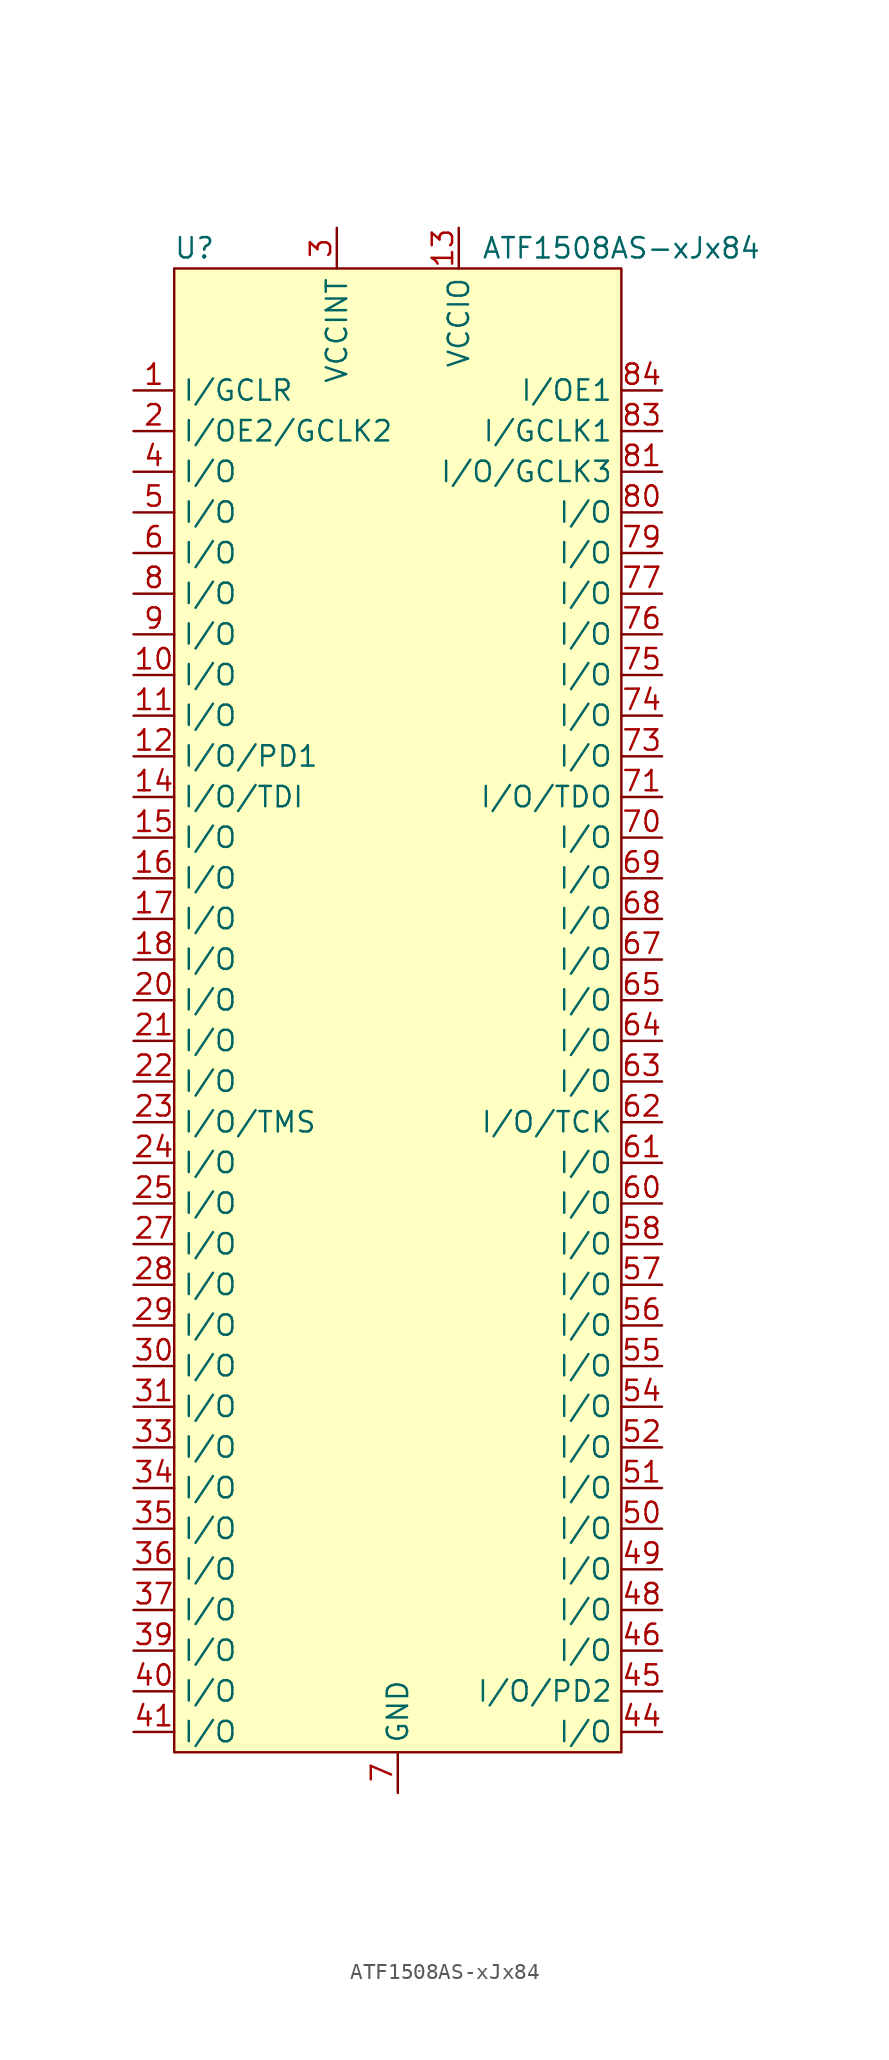
<source format=kicad_sym>
(kicad_symbol_lib
  (version 20211014)
  (generator kicad_symbol_editor)
  (symbol "ATF1508AS-xJx84"
    (property "Reference" "U"
      (at -12.7 52.07 0)
      (effects (font (size 1.27 1.27))))
    (property "Value" "ATF1508AS-xJx84"
      (at 13.97 52.07 0)
      (effects (font (size 1.27 1.27))))
    (symbol "ATF1508AS-xJx84_0_1"
      (rectangle (start -13.97 50.8) (end 13.97 -41.91) (stroke (width 0.152) (type default) (color 0 0 0 0)) (fill (type background))))
    (symbol "ATF1508AS-xJx84_1_1"
      (pin input line (at -16.51 43.18 0) (length 2.54) (name "I/GCLR" (effects (font (size 1.27 1.27)))) (number "1" (effects (font (size 1.27 1.27)))))
      (pin bidirectional line (at -16.51 25.4 0) (length 2.54) (name "I/O" (effects (font (size 1.27 1.27)))) (number "10" (effects (font (size 1.27 1.27)))))
      (pin bidirectional line (at -16.51 22.86 0) (length 2.54) (name "I/O" (effects (font (size 1.27 1.27)))) (number "11" (effects (font (size 1.27 1.27)))))
      (pin bidirectional line (at -16.51 20.32 0) (length 2.54) (name "I/O/PD1" (effects (font (size 1.27 1.27)))) (number "12" (effects (font (size 1.27 1.27)))))
      (pin power_in line (at 3.81 53.34 270) (length 2.54) (name "VCCIO" (effects (font (size 1.27 1.27)))) (number "13" (effects (font (size 1.27 1.27)))))
      (pin bidirectional line (at -16.51 17.78 0) (length 2.54) (name "I/O/TDI" (effects (font (size 1.27 1.27)))) (number "14" (effects (font (size 1.27 1.27)))))
      (pin bidirectional line (at -16.51 15.24 0) (length 2.54) (name "I/O" (effects (font (size 1.27 1.27)))) (number "15" (effects (font (size 1.27 1.27)))))
      (pin bidirectional line (at -16.51 12.7 0) (length 2.54) (name "I/O" (effects (font (size 1.27 1.27)))) (number "16" (effects (font (size 1.27 1.27)))))
      (pin bidirectional line (at -16.51 10.16 0) (length 2.54) (name "I/O" (effects (font (size 1.27 1.27)))) (number "17" (effects (font (size 1.27 1.27)))))
      (pin bidirectional line (at -16.51 7.62 0) (length 2.54) (name "I/O" (effects (font (size 1.27 1.27)))) (number "18" (effects (font (size 1.27 1.27)))))
      (pin power_in line (at 0 -44.45 90) (length 2.54) hide (name "GND" (effects (font (size 1.27 1.27)))) (number "19" (effects (font (size 1.27 1.27)))))
      (pin input line (at -16.51 40.64 0) (length 2.54) (name "I/OE2/GCLK2" (effects (font (size 1.27 1.27)))) (number "2" (effects (font (size 1.27 1.27)))))
      (pin bidirectional line (at -16.51 5.08 0) (length 2.54) (name "I/O" (effects (font (size 1.27 1.27)))) (number "20" (effects (font (size 1.27 1.27)))))
      (pin bidirectional line (at -16.51 2.54 0) (length 2.54) (name "I/O" (effects (font (size 1.27 1.27)))) (number "21" (effects (font (size 1.27 1.27)))))
      (pin bidirectional line (at -16.51 0 0) (length 2.54) (name "I/O" (effects (font (size 1.27 1.27)))) (number "22" (effects (font (size 1.27 1.27)))))
      (pin bidirectional line (at -16.51 -2.54 0) (length 2.54) (name "I/O/TMS" (effects (font (size 1.27 1.27)))) (number "23" (effects (font (size 1.27 1.27)))))
      (pin bidirectional line (at -16.51 -5.08 0) (length 2.54) (name "I/O" (effects (font (size 1.27 1.27)))) (number "24" (effects (font (size 1.27 1.27)))))
      (pin bidirectional line (at -16.51 -7.62 0) (length 2.54) (name "I/O" (effects (font (size 1.27 1.27)))) (number "25" (effects (font (size 1.27 1.27)))))
      (pin power_in line (at 3.81 53.34 270) (length 2.54) hide (name "VCCIO" (effects (font (size 1.27 1.27)))) (number "26" (effects (font (size 1.27 1.27)))))
      (pin bidirectional line (at -16.51 -10.16 0) (length 2.54) (name "I/O" (effects (font (size 1.27 1.27)))) (number "27" (effects (font (size 1.27 1.27)))))
      (pin bidirectional line (at -16.51 -12.7 0) (length 2.54) (name "I/O" (effects (font (size 1.27 1.27)))) (number "28" (effects (font (size 1.27 1.27)))))
      (pin bidirectional line (at -16.51 -15.24 0) (length 2.54) (name "I/O" (effects (font (size 1.27 1.27)))) (number "29" (effects (font (size 1.27 1.27)))))
      (pin power_in line (at -3.81 53.34 270) (length 2.54) (name "VCCINT" (effects (font (size 1.27 1.27)))) (number "3" (effects (font (size 1.27 1.27)))))
      (pin bidirectional line (at -16.51 -17.78 0) (length 2.54) (name "I/O" (effects (font (size 1.27 1.27)))) (number "30" (effects (font (size 1.27 1.27)))))
      (pin bidirectional line (at -16.51 -20.32 0) (length 2.54) (name "I/O" (effects (font (size 1.27 1.27)))) (number "31" (effects (font (size 1.27 1.27)))))
      (pin power_in line (at 0 -44.45 90) (length 2.54) hide (name "GND" (effects (font (size 1.27 1.27)))) (number "32" (effects (font (size 1.27 1.27)))))
      (pin bidirectional line (at -16.51 -22.86 0) (length 2.54) (name "I/O" (effects (font (size 1.27 1.27)))) (number "33" (effects (font (size 1.27 1.27)))))
      (pin bidirectional line (at -16.51 -25.4 0) (length 2.54) (name "I/O" (effects (font (size 1.27 1.27)))) (number "34" (effects (font (size 1.27 1.27)))))
      (pin bidirectional line (at -16.51 -27.94 0) (length 2.54) (name "I/O" (effects (font (size 1.27 1.27)))) (number "35" (effects (font (size 1.27 1.27)))))
      (pin bidirectional line (at -16.51 -30.48 0) (length 2.54) (name "I/O" (effects (font (size 1.27 1.27)))) (number "36" (effects (font (size 1.27 1.27)))))
      (pin bidirectional line (at -16.51 -33.02 0) (length 2.54) (name "I/O" (effects (font (size 1.27 1.27)))) (number "37" (effects (font (size 1.27 1.27)))))
      (pin power_in line (at 3.81 53.34 270) (length 2.54) hide (name "VCCIO" (effects (font (size 1.27 1.27)))) (number "38" (effects (font (size 1.27 1.27)))))
      (pin bidirectional line (at -16.51 -35.56 0) (length 2.54) (name "I/O" (effects (font (size 1.27 1.27)))) (number "39" (effects (font (size 1.27 1.27)))))
      (pin bidirectional line (at -16.51 38.1 0) (length 2.54) (name "I/O" (effects (font (size 1.27 1.27)))) (number "4" (effects (font (size 1.27 1.27)))))
      (pin bidirectional line (at -16.51 -38.1 0) (length 2.54) (name "I/O" (effects (font (size 1.27 1.27)))) (number "40" (effects (font (size 1.27 1.27)))))
      (pin bidirectional line (at -16.51 -40.64 0) (length 2.54) (name "I/O" (effects (font (size 1.27 1.27)))) (number "41" (effects (font (size 1.27 1.27)))))
      (pin power_in line (at 0 -44.45 90) (length 2.54) hide (name "GND" (effects (font (size 1.27 1.27)))) (number "42" (effects (font (size 1.27 1.27)))))
      (pin power_in line (at -3.81 53.34 270) (length 2.54) hide (name "VCCINT" (effects (font (size 1.27 1.27)))) (number "43" (effects (font (size 1.27 1.27)))))
      (pin bidirectional line (at 16.51 -40.64 180) (length 2.54) (name "I/O" (effects (font (size 1.27 1.27)))) (number "44" (effects (font (size 1.27 1.27)))))
      (pin bidirectional line (at 16.51 -38.1 180) (length 2.54) (name "I/O/PD2" (effects (font (size 1.27 1.27)))) (number "45" (effects (font (size 1.27 1.27)))))
      (pin bidirectional line (at 16.51 -35.56 180) (length 2.54) (name "I/O" (effects (font (size 1.27 1.27)))) (number "46" (effects (font (size 1.27 1.27)))))
      (pin power_in line (at 0 -44.45 90) (length 2.54) hide (name "GND" (effects (font (size 1.27 1.27)))) (number "47" (effects (font (size 1.27 1.27)))))
      (pin bidirectional line (at 16.51 -33.02 180) (length 2.54) (name "I/O" (effects (font (size 1.27 1.27)))) (number "48" (effects (font (size 1.27 1.27)))))
      (pin bidirectional line (at 16.51 -30.48 180) (length 2.54) (name "I/O" (effects (font (size 1.27 1.27)))) (number "49" (effects (font (size 1.27 1.27)))))
      (pin bidirectional line (at -16.51 35.56 0) (length 2.54) (name "I/O" (effects (font (size 1.27 1.27)))) (number "5" (effects (font (size 1.27 1.27)))))
      (pin bidirectional line (at 16.51 -27.94 180) (length 2.54) (name "I/O" (effects (font (size 1.27 1.27)))) (number "50" (effects (font (size 1.27 1.27)))))
      (pin bidirectional line (at 16.51 -25.4 180) (length 2.54) (name "I/O" (effects (font (size 1.27 1.27)))) (number "51" (effects (font (size 1.27 1.27)))))
      (pin bidirectional line (at 16.51 -22.86 180) (length 2.54) (name "I/O" (effects (font (size 1.27 1.27)))) (number "52" (effects (font (size 1.27 1.27)))))
      (pin power_in line (at 3.81 53.34 270) (length 2.54) hide (name "VCCIO" (effects (font (size 1.27 1.27)))) (number "53" (effects (font (size 1.27 1.27)))))
      (pin bidirectional line (at 16.51 -20.32 180) (length 2.54) (name "I/O" (effects (font (size 1.27 1.27)))) (number "54" (effects (font (size 1.27 1.27)))))
      (pin bidirectional line (at 16.51 -17.78 180) (length 2.54) (name "I/O" (effects (font (size 1.27 1.27)))) (number "55" (effects (font (size 1.27 1.27)))))
      (pin bidirectional line (at 16.51 -15.24 180) (length 2.54) (name "I/O" (effects (font (size 1.27 1.27)))) (number "56" (effects (font (size 1.27 1.27)))))
      (pin bidirectional line (at 16.51 -12.7 180) (length 2.54) (name "I/O" (effects (font (size 1.27 1.27)))) (number "57" (effects (font (size 1.27 1.27)))))
      (pin bidirectional line (at 16.51 -10.16 180) (length 2.54) (name "I/O" (effects (font (size 1.27 1.27)))) (number "58" (effects (font (size 1.27 1.27)))))
      (pin power_in line (at 0 -44.45 90) (length 2.54) hide (name "GND" (effects (font (size 1.27 1.27)))) (number "59" (effects (font (size 1.27 1.27)))))
      (pin bidirectional line (at -16.51 33.02 0) (length 2.54) (name "I/O" (effects (font (size 1.27 1.27)))) (number "6" (effects (font (size 1.27 1.27)))))
      (pin bidirectional line (at 16.51 -7.62 180) (length 2.54) (name "I/O" (effects (font (size 1.27 1.27)))) (number "60" (effects (font (size 1.27 1.27)))))
      (pin bidirectional line (at 16.51 -5.08 180) (length 2.54) (name "I/O" (effects (font (size 1.27 1.27)))) (number "61" (effects (font (size 1.27 1.27)))))
      (pin bidirectional line (at 16.51 -2.54 180) (length 2.54) (name "I/O/TCK" (effects (font (size 1.27 1.27)))) (number "62" (effects (font (size 1.27 1.27)))))
      (pin bidirectional line (at 16.51 0 180) (length 2.54) (name "I/O" (effects (font (size 1.27 1.27)))) (number "63" (effects (font (size 1.27 1.27)))))
      (pin bidirectional line (at 16.51 2.54 180) (length 2.54) (name "I/O" (effects (font (size 1.27 1.27)))) (number "64" (effects (font (size 1.27 1.27)))))
      (pin bidirectional line (at 16.51 5.08 180) (length 2.54) (name "I/O" (effects (font (size 1.27 1.27)))) (number "65" (effects (font (size 1.27 1.27)))))
      (pin power_in line (at 3.81 53.34 270) (length 2.54) hide (name "VCCIO" (effects (font (size 1.27 1.27)))) (number "66" (effects (font (size 1.27 1.27)))))
      (pin bidirectional line (at 16.51 7.62 180) (length 2.54) (name "I/O" (effects (font (size 1.27 1.27)))) (number "67" (effects (font (size 1.27 1.27)))))
      (pin bidirectional line (at 16.51 10.16 180) (length 2.54) (name "I/O" (effects (font (size 1.27 1.27)))) (number "68" (effects (font (size 1.27 1.27)))))
      (pin bidirectional line (at 16.51 12.7 180) (length 2.54) (name "I/O" (effects (font (size 1.27 1.27)))) (number "69" (effects (font (size 1.27 1.27)))))
      (pin power_in line (at 0 -44.45 90) (length 2.54) (name "GND" (effects (font (size 1.27 1.27)))) (number "7" (effects (font (size 1.27 1.27)))))
      (pin bidirectional line (at 16.51 15.24 180) (length 2.54) (name "I/O" (effects (font (size 1.27 1.27)))) (number "70" (effects (font (size 1.27 1.27)))))
      (pin bidirectional line (at 16.51 17.78 180) (length 2.54) (name "I/O/TDO" (effects (font (size 1.27 1.27)))) (number "71" (effects (font (size 1.27 1.27)))))
      (pin power_in line (at 0 -44.45 90) (length 2.54) hide (name "GND" (effects (font (size 1.27 1.27)))) (number "72" (effects (font (size 1.27 1.27)))))
      (pin bidirectional line (at 16.51 20.32 180) (length 2.54) (name "I/O" (effects (font (size 1.27 1.27)))) (number "73" (effects (font (size 1.27 1.27)))))
      (pin bidirectional line (at 16.51 22.86 180) (length 2.54) (name "I/O" (effects (font (size 1.27 1.27)))) (number "74" (effects (font (size 1.27 1.27)))))
      (pin bidirectional line (at 16.51 25.4 180) (length 2.54) (name "I/O" (effects (font (size 1.27 1.27)))) (number "75" (effects (font (size 1.27 1.27)))))
      (pin bidirectional line (at 16.51 27.94 180) (length 2.54) (name "I/O" (effects (font (size 1.27 1.27)))) (number "76" (effects (font (size 1.27 1.27)))))
      (pin bidirectional line (at 16.51 30.48 180) (length 2.54) (name "I/O" (effects (font (size 1.27 1.27)))) (number "77" (effects (font (size 1.27 1.27)))))
      (pin power_in line (at 3.81 53.34 270) (length 2.54) hide (name "VCCIO" (effects (font (size 1.27 1.27)))) (number "78" (effects (font (size 1.27 1.27)))))
      (pin bidirectional line (at 16.51 33.02 180) (length 2.54) (name "I/O" (effects (font (size 1.27 1.27)))) (number "79" (effects (font (size 1.27 1.27)))))
      (pin bidirectional line (at -16.51 30.48 0) (length 2.54) (name "I/O" (effects (font (size 1.27 1.27)))) (number "8" (effects (font (size 1.27 1.27)))))
      (pin bidirectional line (at 16.51 35.56 180) (length 2.54) (name "I/O" (effects (font (size 1.27 1.27)))) (number "80" (effects (font (size 1.27 1.27)))))
      (pin bidirectional line (at 16.51 38.1 180) (length 2.54) (name "I/O/GCLK3" (effects (font (size 1.27 1.27)))) (number "81" (effects (font (size 1.27 1.27)))))
      (pin power_in line (at 0 -44.45 90) (length 2.54) hide (name "GND" (effects (font (size 1.27 1.27)))) (number "82" (effects (font (size 1.27 1.27)))))
      (pin input line (at 16.51 40.64 180) (length 2.54) (name "I/GCLK1" (effects (font (size 1.27 1.27)))) (number "83" (effects (font (size 1.27 1.27)))))
      (pin input line (at 16.51 43.18 180) (length 2.54) (name "I/OE1" (effects (font (size 1.27 1.27)))) (number "84" (effects (font (size 1.27 1.27)))))
      (pin bidirectional line (at -16.51 27.94 0) (length 2.54) (name "I/O" (effects (font (size 1.27 1.27)))) (number "9" (effects (font (size 1.27 1.27))))))))
</source>
